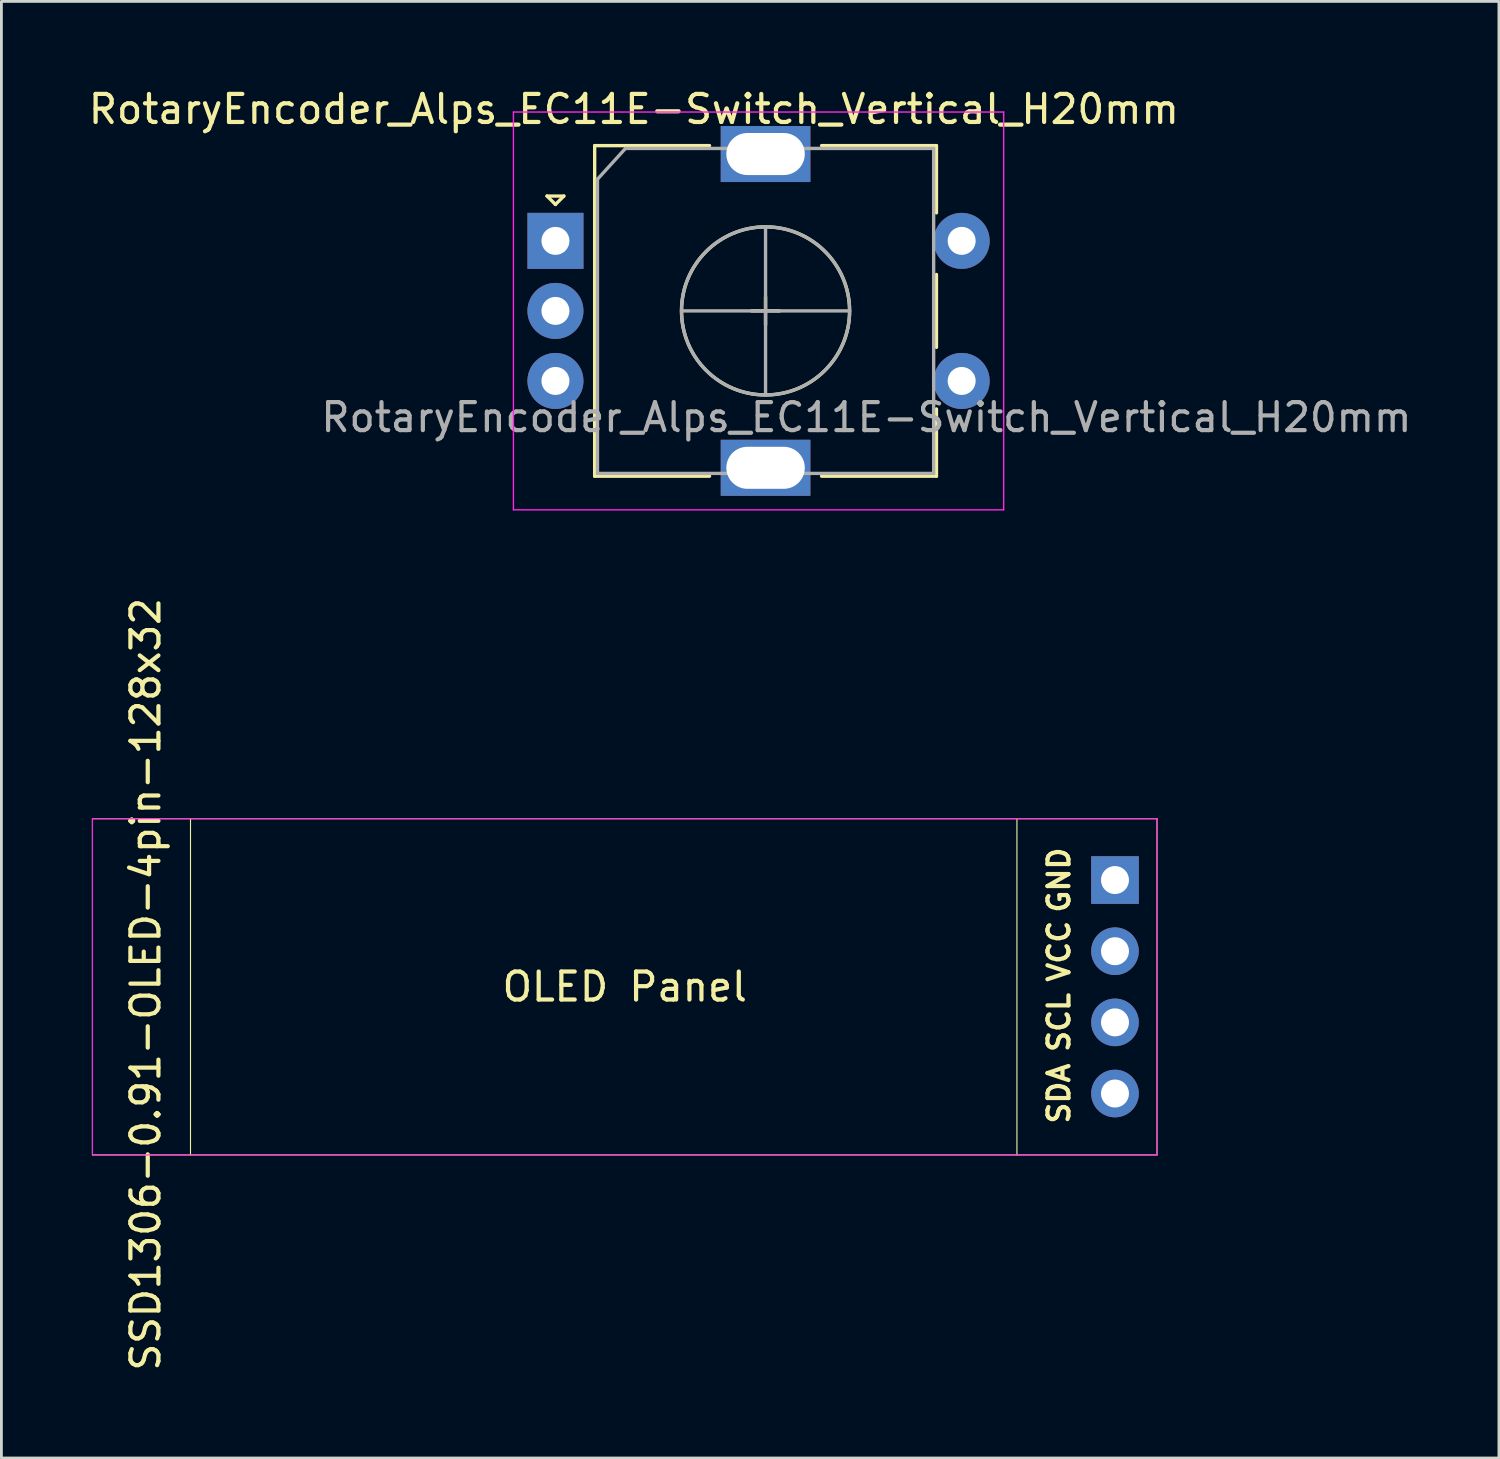
<source format=kicad_pcb>
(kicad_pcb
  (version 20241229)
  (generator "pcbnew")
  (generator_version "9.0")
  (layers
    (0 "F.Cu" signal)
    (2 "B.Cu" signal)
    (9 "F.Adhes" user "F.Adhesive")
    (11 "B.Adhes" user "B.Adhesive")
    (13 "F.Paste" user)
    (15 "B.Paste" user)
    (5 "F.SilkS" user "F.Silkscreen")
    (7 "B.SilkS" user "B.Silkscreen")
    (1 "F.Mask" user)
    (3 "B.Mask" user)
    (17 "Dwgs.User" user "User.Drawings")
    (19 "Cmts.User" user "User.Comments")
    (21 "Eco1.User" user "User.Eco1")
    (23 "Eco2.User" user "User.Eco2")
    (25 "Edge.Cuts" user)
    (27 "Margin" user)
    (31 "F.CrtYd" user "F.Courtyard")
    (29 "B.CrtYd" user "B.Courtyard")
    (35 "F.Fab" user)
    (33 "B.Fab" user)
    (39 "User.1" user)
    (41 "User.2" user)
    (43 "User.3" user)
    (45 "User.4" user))
  (footprint "RotaryEncoder_Alps_EC11E-Switch_Vertical_H20mm"
    (layer "F.Cu")
    (at 16.777 5.548)
    (property "Reference" "RotaryEncoder_Alps_EC11E-Switch_Vertical_H20mm" (at 2.8 -4.7 0) (layer "F.SilkS") (effects (font (size 1 1) (thickness 0.15))))
    (attr through_hole)
    (fp_line (start -0.3 -1.6) (end 0.3 -1.6) (stroke (width 0.12) (type solid)) (layer "F.SilkS"))
    (fp_line (start 0 -1.3) (end -0.3 -1.6) (stroke (width 0.12) (type solid)) (layer "F.SilkS"))
    (fp_line (start 0.3 -1.6) (end 0 -1.3) (stroke (width 0.12) (type solid)) (layer "F.SilkS"))
    (fp_line (start 1.4 -3.4) (end 1.4 8.4) (stroke (width 0.12) (type solid)) (layer "F.SilkS"))
    (fp_line (start 5.5 -3.4) (end 1.4 -3.4) (stroke (width 0.12) (type solid)) (layer "F.SilkS"))
    (fp_line (start 5.5 8.4) (end 1.4 8.4) (stroke (width 0.12) (type solid)) (layer "F.SilkS"))
    (fp_line (start 7 2.5) (end 8 2.5) (stroke (width 0.12) (type solid)) (layer "F.SilkS"))
    (fp_line (start 7.5 2) (end 7.5 3) (stroke (width 0.12) (type solid)) (layer "F.SilkS"))
    (fp_line (start 9.5 -3.4) (end 13.6 -3.4) (stroke (width 0.12) (type solid)) (layer "F.SilkS"))
    (fp_line (start 13.6 -3.4) (end 13.6 -1) (stroke (width 0.12) (type solid)) (layer "F.SilkS"))
    (fp_line (start 13.6 1.2) (end 13.6 3.8) (stroke (width 0.12) (type solid)) (layer "F.SilkS"))
    (fp_line (start 13.6 6) (end 13.6 8.4) (stroke (width 0.12) (type solid)) (layer "F.SilkS"))
    (fp_line (start 13.6 8.4) (end 9.5 8.4) (stroke (width 0.12) (type solid)) (layer "F.SilkS"))
    (fp_circle (center 7.5 2.5) (end 10.5 2.5) (stroke (width 0.12) (type solid)) (fill no) (layer "F.SilkS"))
    (fp_line (start -1.5 -4.6) (end -1.5 9.6) (stroke (width 0.05) (type solid)) (layer "F.CrtYd"))
    (fp_line (start -1.5 -4.6) (end 16 -4.6) (stroke (width 0.05) (type solid)) (layer "F.CrtYd"))
    (fp_line (start 16 9.6) (end -1.5 9.6) (stroke (width 0.05) (type solid)) (layer "F.CrtYd"))
    (fp_line (start 16 9.6) (end 16 -4.6) (stroke (width 0.05) (type solid)) (layer "F.CrtYd"))
    (fp_line (start 1.5 -2.2) (end 2.5 -3.3) (stroke (width 0.12) (type solid)) (layer "F.Fab"))
    (fp_line (start 1.5 8.3) (end 1.5 -2.2) (stroke (width 0.12) (type solid)) (layer "F.Fab"))
    (fp_line (start 2.5 -3.3) (end 13.5 -3.3) (stroke (width 0.12) (type solid)) (layer "F.Fab"))
    (fp_line (start 4.5 2.5) (end 10.5 2.5) (stroke (width 0.12) (type solid)) (layer "F.Fab"))
    (fp_line (start 7.5 -0.5) (end 7.5 5.5) (stroke (width 0.12) (type solid)) (layer "F.Fab"))
    (fp_line (start 13.5 -3.3) (end 13.5 8.3) (stroke (width 0.12) (type solid)) (layer "F.Fab"))
    (fp_line (start 13.5 8.3) (end 1.5 8.3) (stroke (width 0.12) (type solid)) (layer "F.Fab"))
    (fp_circle (center 7.5 2.5) (end 10.5 2.5) (stroke (width 0.12) (type solid)) (fill no) (layer "F.Fab"))
    (fp_text user "${REFERENCE}" (at 11.1 6.3 0) (layer "F.Fab") (effects (font (size 1 1) (thickness 0.15))))
    (pad "A" thru_hole rect (at 0 0) (size 2 2) (drill 1) (layers "*.Cu" "*.Mask"))
    (pad "B" thru_hole circle (at 0 5) (size 2 2) (drill 1) (layers "*.Cu" "*.Mask"))
    (pad "C" thru_hole circle (at 0 2.5) (size 2 2) (drill 1) (layers "*.Cu" "*.Mask"))
    (pad "MP" thru_hole rect (at 7.5 -3.1) (size 3.2 2) (drill oval 2.8 1.5) (layers "*.Cu" "*.Mask"))
    (pad "MP" thru_hole rect (at 7.5 8.1) (size 3.2 2) (drill oval 2.8 1.5) (layers "*.Cu" "*.Mask"))
    (pad "S1" thru_hole circle (at 14.5 5) (size 2 2) (drill 1) (layers "*.Cu" "*.Mask"))
    (pad "S2" thru_hole circle (at 14.5 0) (size 2 2) (drill 1) (layers "*.Cu" "*.Mask")))
  (footprint "SSD1306-0.91-OLED-4pin-128x32"
    (layer "F.Cu")
    (at 0.25 26.174)
    (property "Reference" "SSD1306-0.91-OLED-4pin-128x32" (at 1.9 5.91 90) (layer "F.SilkS") (effects (font (size 1 1) (thickness 0.15))))
    (attr through_hole)
    (fp_line (start 0 0) (end 0 12) (stroke (width 0.04) (type solid)) (layer "F.SilkS"))
    (fp_line (start 0 12) (end 38 12) (stroke (width 0.04) (type solid)) (layer "F.SilkS"))
    (fp_line (start 3.5 0) (end 3.5 12) (stroke (width 0.04) (type solid)) (layer "F.SilkS"))
    (fp_line (start 33 0) (end 33 12) (stroke (width 0.04) (type solid)) (layer "F.SilkS"))
    (fp_line (start 38 0) (end 0 0) (stroke (width 0.04) (type solid)) (layer "F.SilkS"))
    (fp_line (start 38 12) (end 38 0) (stroke (width 0.04) (type solid)) (layer "F.SilkS"))
    (fp_line (start 0 0) (end 0 12) (stroke (width 0.04) (type solid)) (layer "F.CrtYd"))
    (fp_line (start 0 12) (end 38 12) (stroke (width 0.04) (type solid)) (layer "F.CrtYd"))
    (fp_line (start 38 0) (end 0 0) (stroke (width 0.04) (type solid)) (layer "F.CrtYd"))
    (fp_line (start 38 12) (end 38 0) (stroke (width 0.04) (type solid)) (layer "F.CrtYd"))
    (fp_text user "SDA" (at 34.5 9.81 270) (layer "F.SilkS") (effects (font (size 0.75 0.75) (thickness 0.15))))
    (fp_text user "OLED Panel" (at 19 6 0) (layer "F.SilkS") (effects (font (size 1 1) (thickness 0.15))))
    (fp_text user "SCL" (at 34.5 7.27 270) (layer "F.SilkS") (effects (font (size 0.75 0.75) (thickness 0.15))))
    (fp_text user "VCC" (at 34.5 4.73 270) (layer "F.SilkS") (effects (font (size 0.75 0.75) (thickness 0.15))))
    (fp_text user "GND" (at 34.5 2.19 270) (layer "F.SilkS") (effects (font (size 0.75 0.75) (thickness 0.15))))
    (pad "1" thru_hole rect (at 36.5 2.19) (size 1.7 1.7) (drill 1) (layers "*.Cu" "*.Mask"))
    (pad "2" thru_hole oval (at 36.5 4.73) (size 1.7 1.7) (drill 1) (layers "*.Cu" "*.Mask"))
    (pad "3" thru_hole oval (at 36.5 7.27) (size 1.7 1.7) (drill 1) (layers "*.Cu" "*.Mask"))
    (pad "4" thru_hole oval (at 36.5 9.81) (size 1.7 1.7) (drill 1) (layers "*.Cu" "*.Mask")))
  (gr_rect
    (start -3 -3)
    (end 50.455 48.995)
    (stroke (width 0.1) (type default))
    (fill no)
    (layer "Edge.Cuts")))
</source>
